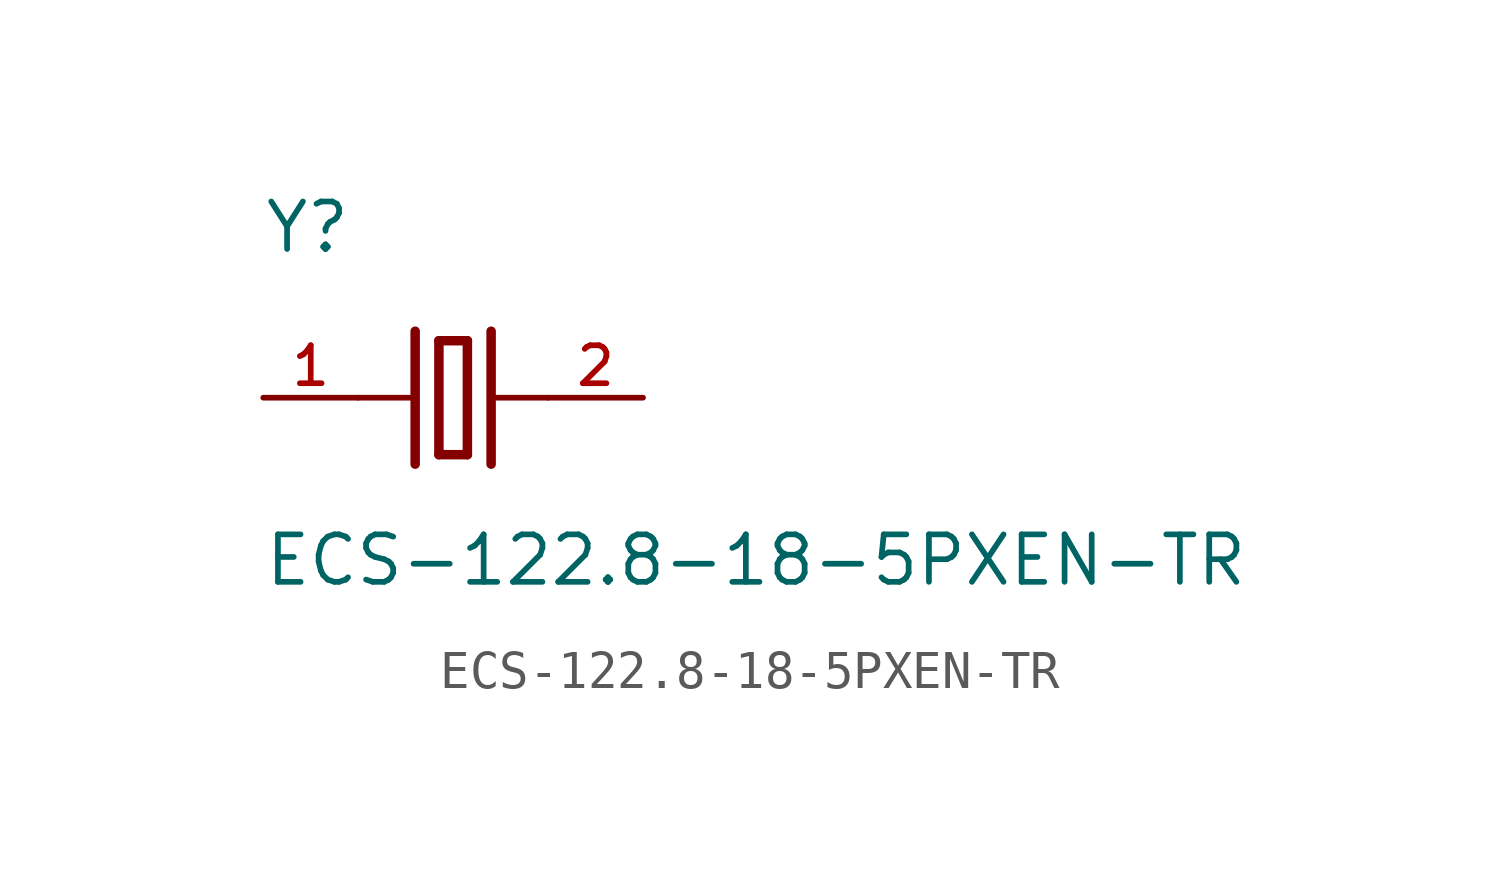
<source format=kicad_sym>
(kicad_symbol_lib
  (version 20211014)
  (generator kicad_symbol_editor)
  (symbol "ECS-122.8-18-5PXEN-TR"
    (pin_names
      (offset 1.016))
    (property "Reference" "Y"
      (at -5.087 3.815 0)
      (effects (font (size 1.27 1.27)) (justify bottom left)))
    (property "Value" "ECS-122.8-18-5PXEN-TR"
      (at -5.09 -5.09 0)
      (effects (font (size 1.27 1.27)) (justify bottom left)))
    (symbol "ECS-122.8-18-5PXEN-TR_0_0"
      (polyline (pts (xy 1.016 0.0) (xy 2.54 0.0)) (stroke (width 0.152)))
      (polyline (pts (xy -2.54 0.0) (xy -1.016 0.0)) (stroke (width 0.152)))
      (polyline (pts (xy -0.381 1.524) (xy -0.381 -1.524)) (stroke (width 0.254)))
      (polyline (pts (xy -0.381 -1.524) (xy 0.381 -1.524)) (stroke (width 0.254)))
      (polyline (pts (xy 0.381 -1.524) (xy 0.381 1.524)) (stroke (width 0.254)))
      (polyline (pts (xy 0.381 1.524) (xy -0.381 1.524)) (stroke (width 0.254)))
      (polyline (pts (xy 1.016 1.778) (xy 1.016 -1.778)) (stroke (width 0.254)))
      (polyline (pts (xy -1.016 1.778) (xy -1.016 -1.778)) (stroke (width 0.254)))
      (pin passive line (at 5.08 0.0 180.0) (length 2.54) (name "~" (effects (font (size 1.016 1.016)))) (number "2" (effects (font (size 1.016 1.016)))))
      (pin passive line (at -5.08 0.0 0) (length 2.54) (name "~" (effects (font (size 1.016 1.016)))) (number "1" (effects (font (size 1.016 1.016))))))))
</source>
